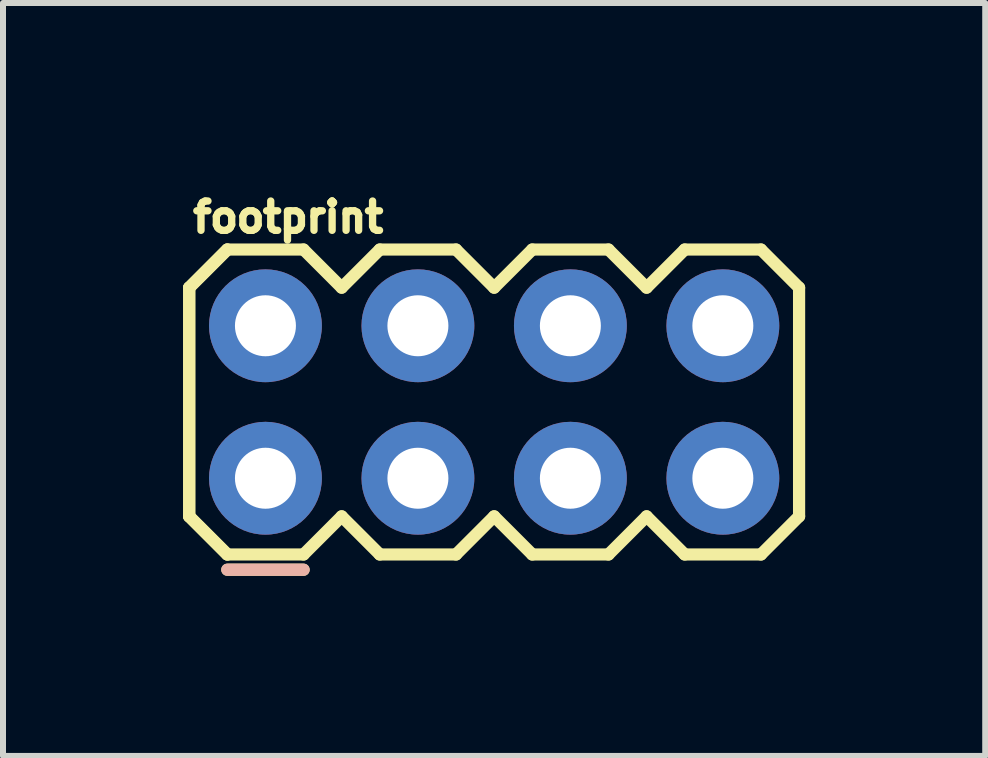
<source format=kicad_pcb>
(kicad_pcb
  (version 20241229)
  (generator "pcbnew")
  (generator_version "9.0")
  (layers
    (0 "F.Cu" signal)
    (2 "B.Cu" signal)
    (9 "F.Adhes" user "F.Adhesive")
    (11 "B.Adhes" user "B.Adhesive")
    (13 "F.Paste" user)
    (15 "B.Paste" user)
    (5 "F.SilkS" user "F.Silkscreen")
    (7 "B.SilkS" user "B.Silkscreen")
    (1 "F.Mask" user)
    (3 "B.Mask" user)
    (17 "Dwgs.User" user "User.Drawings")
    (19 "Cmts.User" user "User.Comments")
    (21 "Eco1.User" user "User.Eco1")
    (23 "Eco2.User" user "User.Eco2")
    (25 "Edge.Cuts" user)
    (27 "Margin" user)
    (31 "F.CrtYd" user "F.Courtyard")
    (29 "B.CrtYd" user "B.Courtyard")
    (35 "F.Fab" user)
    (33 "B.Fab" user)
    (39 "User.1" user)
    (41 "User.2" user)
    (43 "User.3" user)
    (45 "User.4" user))
  (footprint "footprint"
    (layer "F.Cu")
    (at 5.182 3.647)
    (property "Reference" "footprint" (at -5.08 -2.794 0) (layer "F.SilkS") (effects (font (size 0.488 0.488) (thickness 0.122)) (justify left bottom)))
    (fp_line (start -5.08 -1.905) (end -4.445 -2.54) (stroke (width 0.203) (type solid)) (layer "F.SilkS"))
    (fp_line (start -5.08 -1.905) (end -4.445 -2.54) (stroke (width 0.203) (type solid)) (layer "F.SilkS"))
    (fp_line (start -5.08 1.905) (end -5.08 -1.905) (stroke (width 0.203) (type solid)) (layer "F.SilkS"))
    (fp_line (start -5.08 1.905) (end -5.08 -1.905) (stroke (width 0.203) (type solid)) (layer "F.SilkS"))
    (fp_line (start -5.08 1.905) (end -4.445 2.54) (stroke (width 0.203) (type solid)) (layer "F.SilkS"))
    (fp_line (start -5.08 1.905) (end -4.445 2.54) (stroke (width 0.203) (type solid)) (layer "F.SilkS"))
    (fp_line (start -4.445 -2.54) (end -3.175 -2.54) (stroke (width 0.203) (type solid)) (layer "F.SilkS"))
    (fp_line (start -4.445 2.54) (end -3.175 2.54) (stroke (width 0.203) (type solid)) (layer "F.SilkS"))
    (fp_line (start -4.445 2.794) (end -3.175 2.794) (stroke (width 0.203) (type solid)) (layer "F.SilkS"))
    (fp_line (start -3.175 -2.54) (end -2.54 -1.905) (stroke (width 0.203) (type solid)) (layer "F.SilkS"))
    (fp_line (start -3.175 2.54) (end -2.54 1.905) (stroke (width 0.203) (type solid)) (layer "F.SilkS"))
    (fp_line (start -2.54 -1.905) (end -1.905 -2.54) (stroke (width 0.203) (type solid)) (layer "F.SilkS"))
    (fp_line (start -2.54 1.905) (end -1.905 2.54) (stroke (width 0.203) (type solid)) (layer "F.SilkS"))
    (fp_line (start -1.905 -2.54) (end -0.635 -2.54) (stroke (width 0.203) (type solid)) (layer "F.SilkS"))
    (fp_line (start -1.905 2.54) (end -0.635 2.54) (stroke (width 0.203) (type solid)) (layer "F.SilkS"))
    (fp_line (start -0.635 -2.54) (end 0 -1.905) (stroke (width 0.203) (type solid)) (layer "F.SilkS"))
    (fp_line (start -0.635 2.54) (end 0 1.905) (stroke (width 0.203) (type solid)) (layer "F.SilkS"))
    (fp_line (start 0 -1.905) (end 0.635 -2.54) (stroke (width 0.203) (type solid)) (layer "F.SilkS"))
    (fp_line (start 0 1.905) (end 0.635 2.54) (stroke (width 0.203) (type solid)) (layer "F.SilkS"))
    (fp_line (start 0.635 -2.54) (end 1.905 -2.54) (stroke (width 0.203) (type solid)) (layer "F.SilkS"))
    (fp_line (start 0.635 2.54) (end 1.905 2.54) (stroke (width 0.203) (type solid)) (layer "F.SilkS"))
    (fp_line (start 1.905 -2.54) (end 2.54 -1.905) (stroke (width 0.203) (type solid)) (layer "F.SilkS"))
    (fp_line (start 1.905 2.54) (end 2.54 1.905) (stroke (width 0.203) (type solid)) (layer "F.SilkS"))
    (fp_line (start 2.54 -1.905) (end 3.175 -2.54) (stroke (width 0.203) (type solid)) (layer "F.SilkS"))
    (fp_line (start 2.54 1.905) (end 3.175 2.54) (stroke (width 0.203) (type solid)) (layer "F.SilkS"))
    (fp_line (start 3.175 -2.54) (end 4.445 -2.54) (stroke (width 0.203) (type solid)) (layer "F.SilkS"))
    (fp_line (start 3.175 2.54) (end 4.445 2.54) (stroke (width 0.203) (type solid)) (layer "F.SilkS"))
    (fp_line (start 4.445 -2.54) (end 5.08 -1.905) (stroke (width 0.203) (type solid)) (layer "F.SilkS"))
    (fp_line (start 4.445 2.54) (end 5.08 1.905) (stroke (width 0.203) (type solid)) (layer "F.SilkS"))
    (fp_line (start 5.08 -1.905) (end 5.08 1.905) (stroke (width 0.203) (type solid)) (layer "F.SilkS"))
    (fp_line (start -3.175 2.794) (end -4.445 2.794) (stroke (width 0.203) (type solid)) (layer "B.SilkS"))
    (fp_poly (pts (xy -4.064 -1.016) (xy -3.556 -1.016) (xy -3.556 -1.524) (xy -4.064 -1.524)) (stroke (width 0.1) (type solid)) (fill no) (layer "F.Fab"))
    (fp_poly (pts (xy -4.064 1.524) (xy -3.556 1.524) (xy -3.556 1.016) (xy -4.064 1.016)) (stroke (width 0.1) (type solid)) (fill no) (layer "F.Fab"))
    (fp_poly (pts (xy -1.524 -1.016) (xy -1.016 -1.016) (xy -1.016 -1.524) (xy -1.524 -1.524)) (stroke (width 0.1) (type solid)) (fill no) (layer "F.Fab"))
    (fp_poly (pts (xy -1.524 1.524) (xy -1.016 1.524) (xy -1.016 1.016) (xy -1.524 1.016)) (stroke (width 0.1) (type solid)) (fill no) (layer "F.Fab"))
    (fp_poly (pts (xy 1.016 -1.016) (xy 1.524 -1.016) (xy 1.524 -1.524) (xy 1.016 -1.524)) (stroke (width 0.1) (type solid)) (fill no) (layer "F.Fab"))
    (fp_poly (pts (xy 1.016 1.524) (xy 1.524 1.524) (xy 1.524 1.016) (xy 1.016 1.016)) (stroke (width 0.1) (type solid)) (fill no) (layer "F.Fab"))
    (fp_poly (pts (xy 3.556 -1.016) (xy 4.064 -1.016) (xy 4.064 -1.524) (xy 3.556 -1.524)) (stroke (width 0.1) (type solid)) (fill no) (layer "F.Fab"))
    (fp_poly (pts (xy 3.556 1.524) (xy 4.064 1.524) (xy 4.064 1.016) (xy 3.556 1.016)) (stroke (width 0.1) (type solid)) (fill no) (layer "F.Fab"))
    (pad "1" thru_hole circle (at -3.81 1.27) (size 1.88 1.88) (drill 1.016) (layers "*.Cu" "*.Mask"))
    (pad "2" thru_hole circle (at -3.81 -1.27) (size 1.88 1.88) (drill 1.016) (layers "*.Cu" "*.Mask"))
    (pad "3" thru_hole circle (at -1.27 1.27) (size 1.88 1.88) (drill 1.016) (layers "*.Cu" "*.Mask"))
    (pad "4" thru_hole circle (at -1.27 -1.27) (size 1.88 1.88) (drill 1.016) (layers "*.Cu" "*.Mask"))
    (pad "5" thru_hole circle (at 1.27 1.27) (size 1.88 1.88) (drill 1.016) (layers "*.Cu" "*.Mask"))
    (pad "6" thru_hole circle (at 1.27 -1.27) (size 1.88 1.88) (drill 1.016) (layers "*.Cu" "*.Mask"))
    (pad "7" thru_hole circle (at 3.81 1.27) (size 1.88 1.88) (drill 1.016) (layers "*.Cu" "*.Mask"))
    (pad "8" thru_hole circle (at 3.81 -1.27) (size 1.88 1.88) (drill 1.016) (layers "*.Cu" "*.Mask")))
  (gr_rect
    (start -3 -3)
    (end 13.363 9.543)
    (stroke (width 0.1) (type default))
    (fill no)
    (layer "Edge.Cuts")))
</source>
